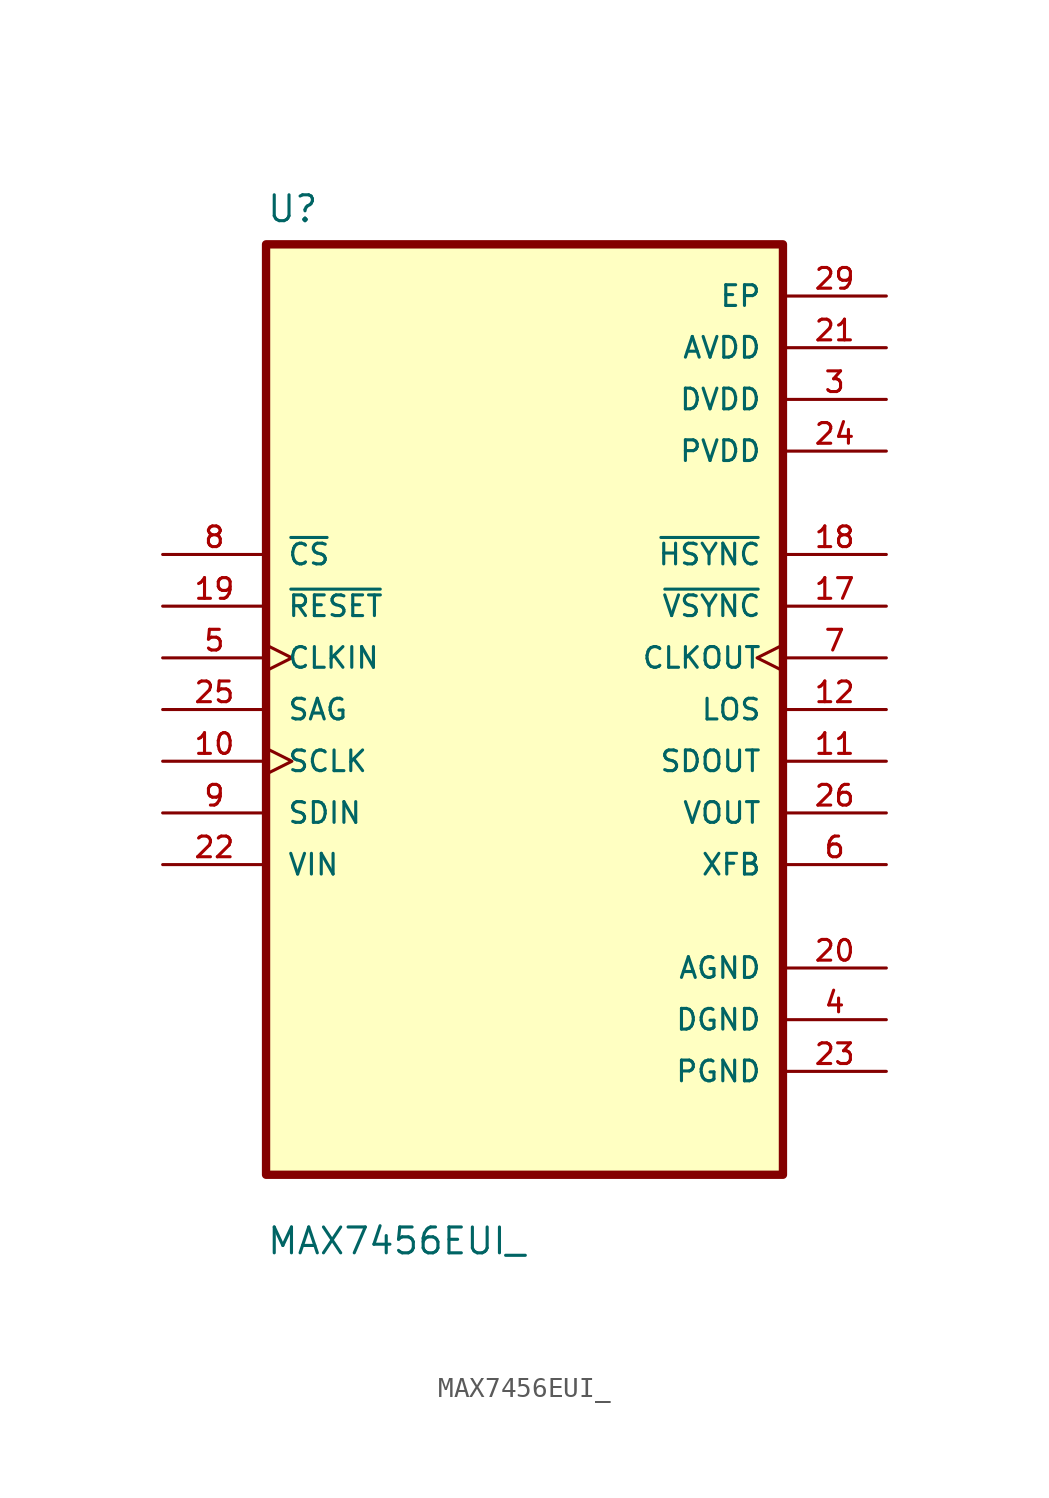
<source format=kicad_sym>
(kicad_symbol_lib
  (version 20211014)
  (generator kicad_symbol_editor)
  (symbol "MAX7456EUI_"
    (pin_names
      (offset 1.016))
    (property "Reference" "U"
      (at -12.7 23.86 0.0)
      (effects (font (size 1.27 1.27)) (justify bottom left)))
    (property "Value" "MAX7456EUI_"
      (at -12.7 -26.86 0.0)
      (effects (font (size 1.27 1.27)) (justify bottom left)))
    (symbol "MAX7456EUI__0_0"
      (rectangle (start -12.7 -22.86) (end 12.7 22.86) (stroke (width 0.41)) (fill (type background)))
      (pin input line (at -17.78 7.62 0) (length 5.08) (name "~{CS}" (effects (font (size 1.016 1.016)))) (number "8" (effects (font (size 1.016 1.016)))))
      (pin input line (at -17.78 5.08 0) (length 5.08) (name "~{RESET}" (effects (font (size 1.016 1.016)))) (number "19" (effects (font (size 1.016 1.016)))))
      (pin input clock (at -17.78 2.54 0) (length 5.08) (name "CLKIN" (effects (font (size 1.016 1.016)))) (number "5" (effects (font (size 1.016 1.016)))))
      (pin input line (at -17.78 8.88178e-16 0) (length 5.08) (name "SAG" (effects (font (size 1.016 1.016)))) (number "25" (effects (font (size 1.016 1.016)))))
      (pin input clock (at -17.78 -2.54 0) (length 5.08) (name "SCLK" (effects (font (size 1.016 1.016)))) (number "10" (effects (font (size 1.016 1.016)))))
      (pin input line (at -17.78 -5.08 0) (length 5.08) (name "SDIN" (effects (font (size 1.016 1.016)))) (number "9" (effects (font (size 1.016 1.016)))))
      (pin input line (at -17.78 -7.62 0) (length 5.08) (name "VIN" (effects (font (size 1.016 1.016)))) (number "22" (effects (font (size 1.016 1.016)))))
      (pin power_in line (at 17.78 20.32 180.0) (length 5.08) (name "EP" (effects (font (size 1.016 1.016)))) (number "29" (effects (font (size 1.016 1.016)))))
      (pin power_in line (at 17.78 17.78 180.0) (length 5.08) (name "AVDD" (effects (font (size 1.016 1.016)))) (number "21" (effects (font (size 1.016 1.016)))))
      (pin power_in line (at 17.78 15.24 180.0) (length 5.08) (name "DVDD" (effects (font (size 1.016 1.016)))) (number "3" (effects (font (size 1.016 1.016)))))
      (pin power_in line (at 17.78 12.7 180.0) (length 5.08) (name "PVDD" (effects (font (size 1.016 1.016)))) (number "24" (effects (font (size 1.016 1.016)))))
      (pin output line (at 17.78 7.62 180.0) (length 5.08) (name "~{HSYNC}" (effects (font (size 1.016 1.016)))) (number "18" (effects (font (size 1.016 1.016)))))
      (pin output line (at 17.78 5.08 180.0) (length 5.08) (name "~{VSYNC}" (effects (font (size 1.016 1.016)))) (number "17" (effects (font (size 1.016 1.016)))))
      (pin output clock (at 17.78 2.54 180.0) (length 5.08) (name "CLKOUT" (effects (font (size 1.016 1.016)))) (number "7" (effects (font (size 1.016 1.016)))))
      (pin output line (at 17.78 2.66454e-15 180.0) (length 5.08) (name "LOS" (effects (font (size 1.016 1.016)))) (number "12" (effects (font (size 1.016 1.016)))))
      (pin output line (at 17.78 -2.54 180.0) (length 5.08) (name "SDOUT" (effects (font (size 1.016 1.016)))) (number "11" (effects (font (size 1.016 1.016)))))
      (pin output line (at 17.78 -5.08 180.0) (length 5.08) (name "VOUT" (effects (font (size 1.016 1.016)))) (number "26" (effects (font (size 1.016 1.016)))))
      (pin output line (at 17.78 -7.62 180.0) (length 5.08) (name "XFB" (effects (font (size 1.016 1.016)))) (number "6" (effects (font (size 1.016 1.016)))))
      (pin power_in line (at 17.78 -12.7 180.0) (length 5.08) (name "AGND" (effects (font (size 1.016 1.016)))) (number "20" (effects (font (size 1.016 1.016)))))
      (pin power_in line (at 17.78 -15.24 180.0) (length 5.08) (name "DGND" (effects (font (size 1.016 1.016)))) (number "4" (effects (font (size 1.016 1.016)))))
      (pin power_in line (at 17.78 -17.78 180.0) (length 5.08) (name "PGND" (effects (font (size 1.016 1.016)))) (number "23" (effects (font (size 1.016 1.016))))))))
</source>
